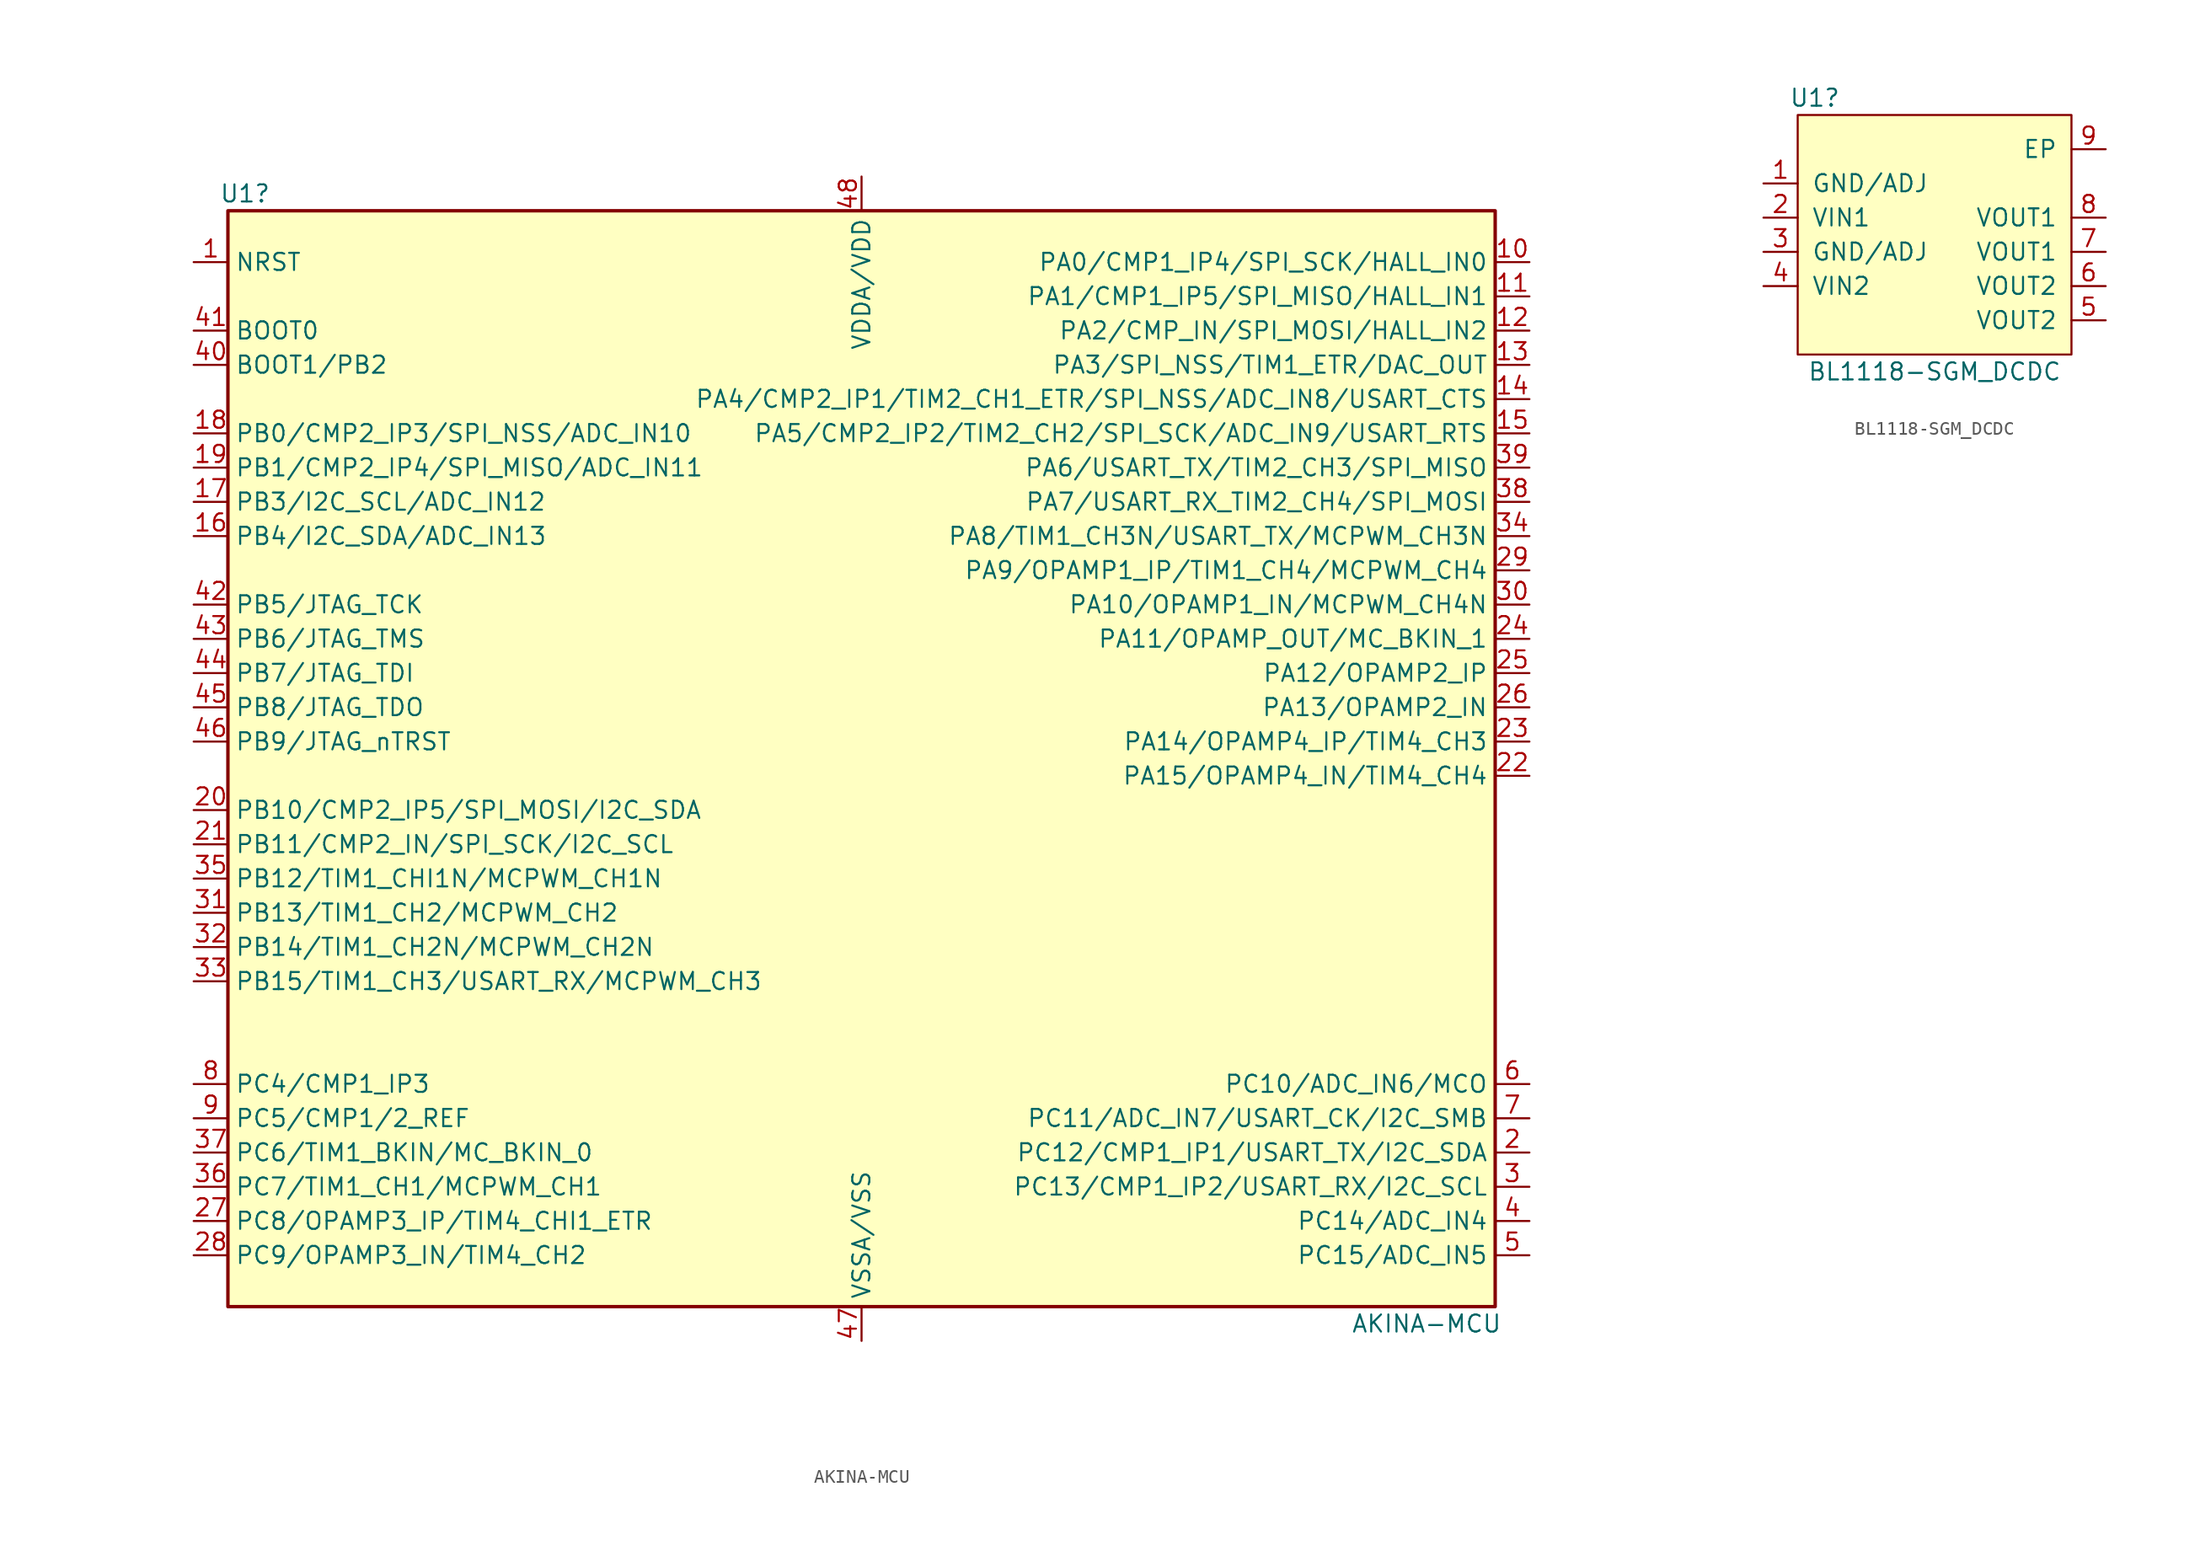
<source format=kicad_sym>
(kicad_symbol_lib
  (version 20220914)
  (generator kicad_symbol_editor)
  (symbol "AKINA-MCU"
    (property "Reference" "U1"
      (at -45.72 40.64 0)
      (effects (font (size 1.27 1.27))))
    (property "Value" "AKINA-MCU"
      (at 41.91 -43.18 0)
      (effects (font (size 1.27 1.27))))
    (symbol "AKINA-MCU_1_1"
      (rectangle (start -46.99 39.37) (end 46.99 -41.91) (stroke (width 0.254) (type default)) (fill (type background)))
      (pin input line (at -49.53 35.56 0) (length 2.54) (name "NRST" (effects (font (size 1.27 1.27)))) (number "1" (effects (font (size 1.27 1.27)))))
      (pin bidirectional line (at 49.53 35.56 180) (length 2.54) (name "PA0/CMP1_IP4/SPI_SCK/HALL_IN0" (effects (font (size 1.27 1.27)))) (number "10" (effects (font (size 1.27 1.27)))))
      (pin bidirectional line (at 49.53 33.02 180) (length 2.54) (name "PA1/CMP1_IP5/SPI_MISO/HALL_IN1" (effects (font (size 1.27 1.27)))) (number "11" (effects (font (size 1.27 1.27)))))
      (pin bidirectional line (at 49.53 30.48 180) (length 2.54) (name "PA2/CMP_IN/SPI_MOSI/HALL_IN2" (effects (font (size 1.27 1.27)))) (number "12" (effects (font (size 1.27 1.27)))))
      (pin bidirectional line (at 49.53 27.94 180) (length 2.54) (name "PA3/SPI_NSS/TIM1_ETR/DAC_OUT" (effects (font (size 1.27 1.27)))) (number "13" (effects (font (size 1.27 1.27)))))
      (pin bidirectional line (at 49.53 25.4 180) (length 2.54) (name "PA4/CMP2_IP1/TIM2_CH1_ETR/SPI_NSS/ADC_IN8/USART_CTS" (effects (font (size 1.27 1.27)))) (number "14" (effects (font (size 1.27 1.27)))))
      (pin bidirectional line (at 49.53 22.86 180) (length 2.54) (name "PA5/CMP2_IP2/TIM2_CH2/SPI_SCK/ADC_IN9/USART_RTS" (effects (font (size 1.27 1.27)))) (number "15" (effects (font (size 1.27 1.27)))))
      (pin bidirectional line (at -49.53 15.24 0) (length 2.54) (name "PB4/I2C_SDA/ADC_IN13" (effects (font (size 1.27 1.27)))) (number "16" (effects (font (size 1.27 1.27)))))
      (pin bidirectional line (at -49.53 17.78 0) (length 2.54) (name "PB3/I2C_SCL/ADC_IN12" (effects (font (size 1.27 1.27)))) (number "17" (effects (font (size 1.27 1.27)))))
      (pin bidirectional line (at -49.53 22.86 0) (length 2.54) (name "PB0/CMP2_IP3/SPI_NSS/ADC_IN10" (effects (font (size 1.27 1.27)))) (number "18" (effects (font (size 1.27 1.27)))))
      (pin bidirectional line (at -49.53 20.32 0) (length 2.54) (name "PB1/CMP2_IP4/SPI_MISO/ADC_IN11" (effects (font (size 1.27 1.27)))) (number "19" (effects (font (size 1.27 1.27)))))
      (pin bidirectional line (at 49.53 -30.48 180) (length 2.54) (name "PC12/CMP1_IP1/USART_TX/I2C_SDA" (effects (font (size 1.27 1.27)))) (number "2" (effects (font (size 1.27 1.27)))))
      (pin bidirectional line (at -49.53 -5.08 0) (length 2.54) (name "PB10/CMP2_IP5/SPI_MOSI/I2C_SDA" (effects (font (size 1.27 1.27)))) (number "20" (effects (font (size 1.27 1.27)))))
      (pin bidirectional line (at -49.53 -7.62 0) (length 2.54) (name "PB11/CMP2_IN/SPI_SCK/I2C_SCL" (effects (font (size 1.27 1.27)))) (number "21" (effects (font (size 1.27 1.27)))))
      (pin bidirectional line (at 49.53 -2.54 180) (length 2.54) (name "PA15/OPAMP4_IN/TIM4_CH4" (effects (font (size 1.27 1.27)))) (number "22" (effects (font (size 1.27 1.27)))))
      (pin bidirectional line (at 49.53 0 180) (length 2.54) (name "PA14/OPAMP4_IP/TIM4_CH3" (effects (font (size 1.27 1.27)))) (number "23" (effects (font (size 1.27 1.27)))))
      (pin bidirectional line (at 49.53 7.62 180) (length 2.54) (name "PA11/OPAMP_OUT/MC_BKIN_1" (effects (font (size 1.27 1.27)))) (number "24" (effects (font (size 1.27 1.27)))))
      (pin bidirectional line (at 49.53 5.08 180) (length 2.54) (name "PA12/OPAMP2_IP" (effects (font (size 1.27 1.27)))) (number "25" (effects (font (size 1.27 1.27)))))
      (pin bidirectional line (at 49.53 2.54 180) (length 2.54) (name "PA13/OPAMP2_IN" (effects (font (size 1.27 1.27)))) (number "26" (effects (font (size 1.27 1.27)))))
      (pin bidirectional line (at -49.53 -35.56 0) (length 2.54) (name "PC8/OPAMP3_IP/TIM4_CHI1_ETR" (effects (font (size 1.27 1.27)))) (number "27" (effects (font (size 1.27 1.27)))))
      (pin bidirectional line (at -49.53 -38.1 0) (length 2.54) (name "PC9/OPAMP3_IN/TIM4_CH2" (effects (font (size 1.27 1.27)))) (number "28" (effects (font (size 1.27 1.27)))))
      (pin bidirectional line (at 49.53 12.7 180) (length 2.54) (name "PA9/OPAMP1_IP/TIM1_CH4/MCPWM_CH4" (effects (font (size 1.27 1.27)))) (number "29" (effects (font (size 1.27 1.27)))))
      (pin bidirectional line (at 49.53 -33.02 180) (length 2.54) (name "PC13/CMP1_IP2/USART_RX/I2C_SCL" (effects (font (size 1.27 1.27)))) (number "3" (effects (font (size 1.27 1.27)))))
      (pin bidirectional line (at 49.53 10.16 180) (length 2.54) (name "PA10/OPAMP1_IN/MCPWM_CH4N" (effects (font (size 1.27 1.27)))) (number "30" (effects (font (size 1.27 1.27)))))
      (pin bidirectional line (at -49.53 -12.7 0) (length 2.54) (name "PB13/TIM1_CH2/MCPWM_CH2" (effects (font (size 1.27 1.27)))) (number "31" (effects (font (size 1.27 1.27)))))
      (pin bidirectional line (at -49.53 -15.24 0) (length 2.54) (name "PB14/TIM1_CH2N/MCPWM_CH2N" (effects (font (size 1.27 1.27)))) (number "32" (effects (font (size 1.27 1.27)))))
      (pin bidirectional line (at -49.53 -17.78 0) (length 2.54) (name "PB15/TIM1_CH3/USART_RX/MCPWM_CH3" (effects (font (size 1.27 1.27)))) (number "33" (effects (font (size 1.27 1.27)))))
      (pin bidirectional line (at 49.53 15.24 180) (length 2.54) (name "PA8/TIM1_CH3N/USART_TX/MCPWM_CH3N" (effects (font (size 1.27 1.27)))) (number "34" (effects (font (size 1.27 1.27)))))
      (pin bidirectional line (at -49.53 -10.16 0) (length 2.54) (name "PB12/TIM1_CHI1N/MCPWM_CH1N" (effects (font (size 1.27 1.27)))) (number "35" (effects (font (size 1.27 1.27)))))
      (pin bidirectional line (at -49.53 -33.02 0) (length 2.54) (name "PC7/TIM1_CH1/MCPWM_CH1" (effects (font (size 1.27 1.27)))) (number "36" (effects (font (size 1.27 1.27)))))
      (pin bidirectional line (at -49.53 -30.48 0) (length 2.54) (name "PC6/TIM1_BKIN/MC_BKIN_0" (effects (font (size 1.27 1.27)))) (number "37" (effects (font (size 1.27 1.27)))))
      (pin bidirectional line (at 49.53 17.78 180) (length 2.54) (name "PA7/USART_RX_TIM2_CH4/SPI_MOSI" (effects (font (size 1.27 1.27)))) (number "38" (effects (font (size 1.27 1.27)))))
      (pin bidirectional line (at 49.53 20.32 180) (length 2.54) (name "PA6/USART_TX/TIM2_CH3/SPI_MISO" (effects (font (size 1.27 1.27)))) (number "39" (effects (font (size 1.27 1.27)))))
      (pin bidirectional line (at 49.53 -35.56 180) (length 2.54) (name "PC14/ADC_IN4" (effects (font (size 1.27 1.27)))) (number "4" (effects (font (size 1.27 1.27)))))
      (pin input line (at -49.53 27.94 0) (length 2.54) (name "BOOT1/PB2" (effects (font (size 1.27 1.27)))) (number "40" (effects (font (size 1.27 1.27)))))
      (pin input line (at -49.53 30.48 0) (length 2.54) (name "BOOT0" (effects (font (size 1.27 1.27)))) (number "41" (effects (font (size 1.27 1.27)))))
      (pin bidirectional line (at -49.53 10.16 0) (length 2.54) (name "PB5/JTAG_TCK" (effects (font (size 1.27 1.27)))) (number "42" (effects (font (size 1.27 1.27)))))
      (pin bidirectional line (at -49.53 7.62 0) (length 2.54) (name "PB6/JTAG_TMS" (effects (font (size 1.27 1.27)))) (number "43" (effects (font (size 1.27 1.27)))))
      (pin bidirectional line (at -49.53 5.08 0) (length 2.54) (name "PB7/JTAG_TDI" (effects (font (size 1.27 1.27)))) (number "44" (effects (font (size 1.27 1.27)))))
      (pin bidirectional line (at -49.53 2.54 0) (length 2.54) (name "PB8/JTAG_TDO" (effects (font (size 1.27 1.27)))) (number "45" (effects (font (size 1.27 1.27)))))
      (pin bidirectional line (at -49.53 0 0) (length 2.54) (name "PB9/JTAG_nTRST" (effects (font (size 1.27 1.27)))) (number "46" (effects (font (size 1.27 1.27)))))
      (pin power_in line (at 0 -44.45 90) (length 2.54) (name "VSSA/VSS" (effects (font (size 1.27 1.27)))) (number "47" (effects (font (size 1.27 1.27)))))
      (pin power_in line (at 0 41.91 270) (length 2.54) (name "VDDA/VDD" (effects (font (size 1.27 1.27)))) (number "48" (effects (font (size 1.27 1.27)))))
      (pin bidirectional line (at 49.53 -38.1 180) (length 2.54) (name "PC15/ADC_IN5" (effects (font (size 1.27 1.27)))) (number "5" (effects (font (size 1.27 1.27)))))
      (pin bidirectional line (at 49.53 -25.4 180) (length 2.54) (name "PC10/ADC_IN6/MCO" (effects (font (size 1.27 1.27)))) (number "6" (effects (font (size 1.27 1.27)))))
      (pin bidirectional line (at 49.53 -27.94 180) (length 2.54) (name "PC11/ADC_IN7/USART_CK/I2C_SMB" (effects (font (size 1.27 1.27)))) (number "7" (effects (font (size 1.27 1.27)))))
      (pin bidirectional line (at -49.53 -25.4 0) (length 2.54) (name "PC4/CMP1_IP3" (effects (font (size 1.27 1.27)))) (number "8" (effects (font (size 1.27 1.27)))))
      (pin bidirectional line (at -49.53 -27.94 0) (length 2.54) (name "PC5/CMP1/2_REF" (effects (font (size 1.27 1.27)))) (number "9" (effects (font (size 1.27 1.27)))))))
  (symbol "BL1118-SGM_DCDC"
    (pin_names
      (offset 1.016))
    (property "Reference" "U1"
      (at -8.89 10.16 0)
      (effects (font (size 1.27 1.27))))
    (property "Value" "BL1118-SGM_DCDC"
      (at 0 -10.16 0)
      (effects (font (size 1.27 1.27))))
    (symbol "BL1118-SGM_DCDC_1_1"
      (rectangle (start -10.16 8.89) (end 10.16 -8.89) (stroke (width 0) (type default)) (fill (type background)))
      (pin power_in line (at -12.7 3.81 0) (length 2.54) (name "GND/ADJ" (effects (font (size 1.27 1.27)))) (number "1" (effects (font (size 1.27 1.27)))))
      (pin power_in line (at -12.7 1.27 0) (length 2.54) (name "VIN1" (effects (font (size 1.27 1.27)))) (number "2" (effects (font (size 1.27 1.27)))))
      (pin power_in line (at -12.7 -1.27 0) (length 2.54) (name "GND/ADJ" (effects (font (size 1.27 1.27)))) (number "3" (effects (font (size 1.27 1.27)))))
      (pin power_in line (at -12.7 -3.81 0) (length 2.54) (name "VIN2" (effects (font (size 1.27 1.27)))) (number "4" (effects (font (size 1.27 1.27)))))
      (pin power_out line (at 12.7 -6.35 180) (length 2.54) (name "VOUT2" (effects (font (size 1.27 1.27)))) (number "5" (effects (font (size 1.27 1.27)))))
      (pin power_out line (at 12.7 -3.81 180) (length 2.54) (name "VOUT2" (effects (font (size 1.27 1.27)))) (number "6" (effects (font (size 1.27 1.27)))))
      (pin power_out line (at 12.7 -1.27 180) (length 2.54) (name "VOUT1" (effects (font (size 1.27 1.27)))) (number "7" (effects (font (size 1.27 1.27)))))
      (pin power_out line (at 12.7 1.27 180) (length 2.54) (name "VOUT1" (effects (font (size 1.27 1.27)))) (number "8" (effects (font (size 1.27 1.27)))))
      (pin power_in line (at 12.7 6.35 180) (length 2.54) (name "EP" (effects (font (size 1.27 1.27)))) (number "9" (effects (font (size 1.27 1.27))))))))
</source>
